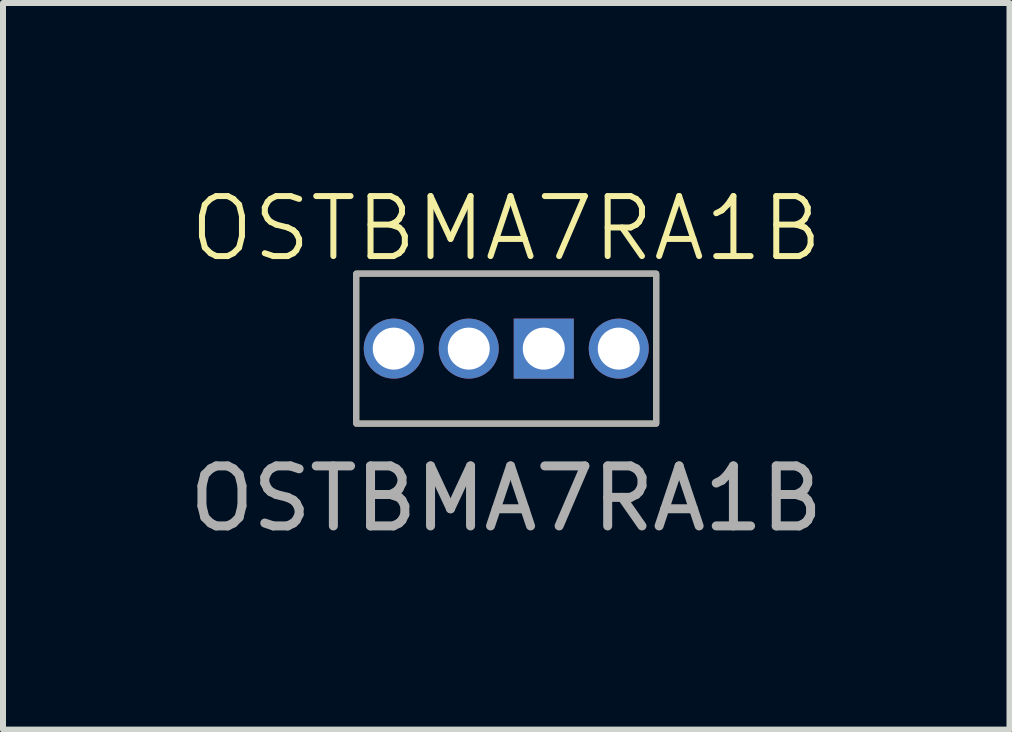
<source format=kicad_pcb>
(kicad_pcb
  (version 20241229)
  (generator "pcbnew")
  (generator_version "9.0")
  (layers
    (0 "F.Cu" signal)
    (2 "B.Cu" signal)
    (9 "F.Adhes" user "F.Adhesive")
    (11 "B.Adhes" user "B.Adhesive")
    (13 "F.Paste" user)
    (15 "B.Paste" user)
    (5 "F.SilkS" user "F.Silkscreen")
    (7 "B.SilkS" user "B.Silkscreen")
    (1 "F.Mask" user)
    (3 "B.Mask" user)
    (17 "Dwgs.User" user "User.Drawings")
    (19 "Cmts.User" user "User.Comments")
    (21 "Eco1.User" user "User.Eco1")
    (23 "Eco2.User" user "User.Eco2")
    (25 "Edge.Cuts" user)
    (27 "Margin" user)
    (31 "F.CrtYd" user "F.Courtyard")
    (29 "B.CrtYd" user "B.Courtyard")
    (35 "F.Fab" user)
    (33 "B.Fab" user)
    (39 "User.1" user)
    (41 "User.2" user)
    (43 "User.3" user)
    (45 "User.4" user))
  (footprint "OSTBMA7RA1B"
    (layer "F.Cu")
    (at 5.387 2.76)
    (property "Reference" "OSTBMA7RA1B" (at 0 -2 0) (unlocked yes) (layer "F.SilkS") (effects (font (size 1 1) (thickness 0.1))))
    (attr through_hole)
    (fp_rect (start -2.5 -1.25) (end 2.5 1.25) (stroke (width 0.1) (type default)) (fill no) (layer "F.SilkS"))
    (fp_rect (start -2.5 -1.25) (end 2.5 1.25) (stroke (width 0.1) (type default)) (fill no) (layer "F.Fab"))
    (fp_text user "${REFERENCE}" (at 0 2.5 0) (unlocked yes) (layer "F.Fab") (effects (font (size 1 1) (thickness 0.15))))
    (pad "1" thru_hole circle (at -1.875 0) (size 1 1) (drill 0.7) (layers "*.Cu" "*.Mask"))
    (pad "2" thru_hole circle (at -0.625 0) (size 1 1) (drill 0.7) (layers "*.Cu" "*.Mask"))
    (pad "3" thru_hole rect (at 0.625 0) (size 1 1) (drill 0.7) (layers "*.Cu" "*.Mask"))
    (pad "4" thru_hole circle (at 1.875 0) (size 1 1) (drill 0.7) (layers "*.Cu" "*.Mask")))
  (gr_rect
    (start -3 -3)
    (end 13.774 9.109)
    (stroke (width 0.1) (type default))
    (fill no)
    (layer "Edge.Cuts")))
</source>
